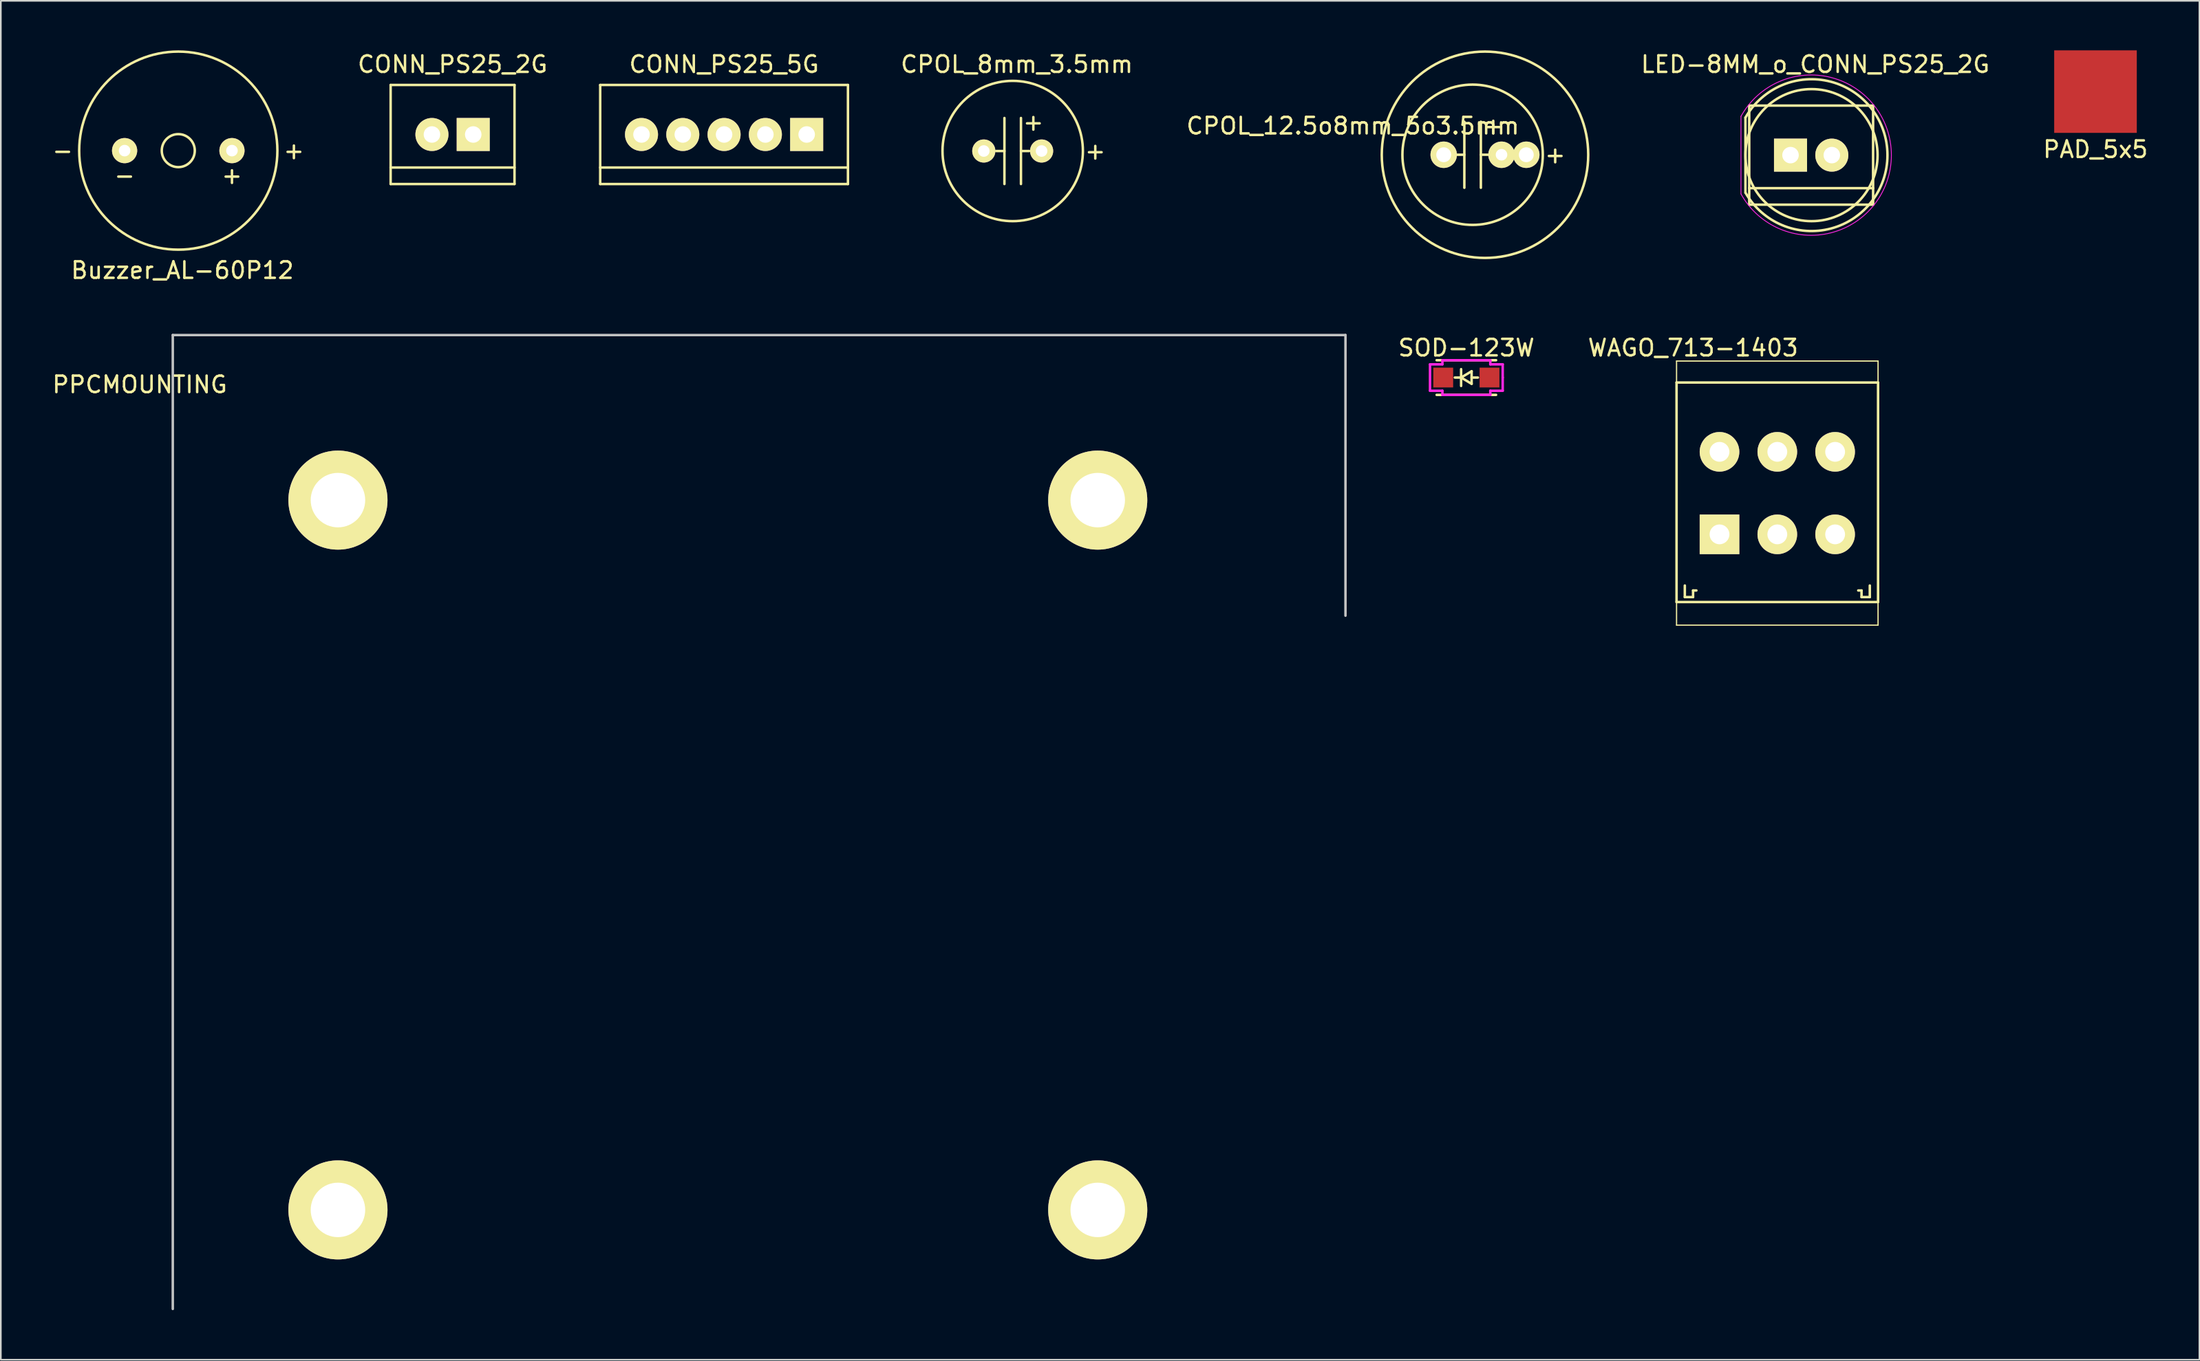
<source format=kicad_pcb>
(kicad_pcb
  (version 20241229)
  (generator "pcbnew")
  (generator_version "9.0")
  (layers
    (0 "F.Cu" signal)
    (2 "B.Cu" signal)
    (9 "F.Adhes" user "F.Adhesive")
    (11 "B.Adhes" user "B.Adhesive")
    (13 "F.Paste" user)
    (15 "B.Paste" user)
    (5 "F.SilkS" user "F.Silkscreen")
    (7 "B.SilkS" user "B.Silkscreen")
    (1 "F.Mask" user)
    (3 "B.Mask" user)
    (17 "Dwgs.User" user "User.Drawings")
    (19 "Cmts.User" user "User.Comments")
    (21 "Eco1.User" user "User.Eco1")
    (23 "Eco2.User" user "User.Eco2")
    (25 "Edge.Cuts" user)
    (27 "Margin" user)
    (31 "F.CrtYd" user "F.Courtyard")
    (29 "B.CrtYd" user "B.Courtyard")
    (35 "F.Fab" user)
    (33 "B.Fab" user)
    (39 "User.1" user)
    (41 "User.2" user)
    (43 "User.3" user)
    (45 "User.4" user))
  (footprint "CPOL_8mm_3.5mm"
    (layer "F.Cu")
    (at 58.263 6.098)
    (property "Reference" "CPOL_8mm_3.5mm" (at 0.25 -5.25 0) (layer "F.SilkS") (effects (font (size 1 1) (thickness 0.15))))
    (attr through_hole)
    (fp_line (start -0.5 -2) (end -0.5 2) (stroke (width 0.15) (type solid)) (layer "F.SilkS"))
    (fp_line (start -0.5 0) (end -1 0) (stroke (width 0.15) (type solid)) (layer "F.SilkS"))
    (fp_line (start 0.5 0) (end 1 0) (stroke (width 0.15) (type solid)) (layer "F.SilkS"))
    (fp_line (start 0.5 2) (end 0.5 -2) (stroke (width 0.15) (type solid)) (layer "F.SilkS"))
    (fp_circle (center 0 0) (end 4.25 0) (stroke (width 0.15) (type solid)) (fill no) (layer "F.SilkS"))
    (fp_text user "+" (at 5 0 0) (layer "F.SilkS") (effects (font (size 1 1) (thickness 0.15))))
    (fp_text user "+" (at 1.25 -1.75 0) (layer "F.SilkS") (effects (font (size 1 1) (thickness 0.15))))
    (pad "1" thru_hole circle (at 1.75 0) (size 1.4 1.4) (drill 0.7) (layers "*.Cu" "*.Mask" "F.SilkS"))
    (pad "2" thru_hole circle (at -1.75 0) (size 1.4 1.4) (drill 0.7) (layers "*.Cu" "*.Mask" "F.SilkS")))
  (footprint "CONN_PS25_5G"
    (layer "F.Cu")
    (at 40.789 5.098)
    (property "Reference" "CONN_PS25_5G" (at 0 -4.25 0) (layer "F.SilkS") (effects (font (size 1 1) (thickness 0.15))))
    (attr through_hole)
    (fp_line (start -7.5 -3) (end -7.5 3) (stroke (width 0.15) (type solid)) (layer "F.SilkS"))
    (fp_line (start 7.5 -3) (end -7.5 -3) (stroke (width 0.15) (type solid)) (layer "F.SilkS"))
    (fp_line (start 7.5 2) (end -7.5 2) (stroke (width 0.15) (type solid)) (layer "F.SilkS"))
    (fp_line (start 7.5 3) (end -7.5 3) (stroke (width 0.15) (type solid)) (layer "F.SilkS"))
    (fp_line (start 7.5 3) (end 7.5 -3) (stroke (width 0.15) (type solid)) (layer "F.SilkS"))
    (pad "1" thru_hole rect (at 5 0) (size 2 2) (drill 1) (layers "*.Cu" "*.Mask" "F.SilkS"))
    (pad "2" thru_hole circle (at 2.5 0) (size 2 2) (drill 1) (layers "*.Cu" "*.Mask" "F.SilkS"))
    (pad "3" thru_hole circle (at 0 0) (size 2 2) (drill 1) (layers "*.Cu" "*.Mask" "F.SilkS"))
    (pad "4" thru_hole circle (at -2.5 0) (size 2 2) (drill 1) (layers "*.Cu" "*.Mask" "F.SilkS"))
    (pad "5" thru_hole circle (at -5 0) (size 2 2) (drill 1) (layers "*.Cu" "*.Mask" "F.SilkS")))
  (footprint "PPCMOUNTING"
    (layer "F.Cu")
    (at 17.411 70.248)
    (property "Reference" "PPCMOUNTING" (at -12 -50 0) (layer "F.SilkS") (effects (font (size 1 1) (thickness 0.15))))
    (attr through_hole)
    (fp_line (start -10 -53) (end 61 -53) (stroke (width 0.15) (type solid)) (layer "Dwgs.User"))
    (fp_line (start -10 6) (end -10 -53) (stroke (width 0.15) (type solid)) (layer "Dwgs.User"))
    (fp_line (start 61 -53) (end 61 -36) (stroke (width 0.15) (type solid)) (layer "Dwgs.User"))
    (pad "1" thru_hole circle (at 0 0) (size 6 6) (drill 3.3) (layers "*.Cu" "*.Mask" "F.SilkS"))
    (pad "2" thru_hole circle (at 0 -43) (size 6 6) (drill 3.3) (layers "*.Cu" "*.Mask" "F.SilkS"))
    (pad "3" thru_hole circle (at 46 0) (size 6 6) (drill 3.3) (layers "*.Cu" "*.Mask" "F.SilkS"))
    (pad "4" thru_hole circle (at 46 -43) (size 6 6) (drill 3.3) (layers "*.Cu" "*.Mask" "F.SilkS")))
  (footprint "PAD_5x5"
    (layer "F.Cu")
    (at 123.82 2.5)
    (property "Reference" "PAD_5x5" (at 0 3.5 0) (layer "F.SilkS") (effects (font (size 1 1) (thickness 0.15))))
    (attr through_hole)
    (pad "1" smd rect (at 0 0) (size 5 5) (layers "F.Cu" "F.Mask" "F.Paste")))
  (footprint "WAGO_713-1403"
    (layer "F.Cu")
    (at 101.056 29.322)
    (property "Reference" "WAGO_713-1403" (at -1.6 -11.3 0) (layer "F.SilkS") (effects (font (size 1 1) (thickness 0.15))))
    (attr through_hole)
    (fp_line (start -2.6 -10.5) (end -2.6 -9.2) (stroke (width 0.075) (type solid)) (layer "F.SilkS"))
    (fp_line (start -2.6 -10.5) (end 9.6 -10.5) (stroke (width 0.075) (type solid)) (layer "F.SilkS"))
    (fp_line (start -2.6 -9.2) (end 9.6 -9.2) (stroke (width 0.15) (type solid)) (layer "F.SilkS"))
    (fp_line (start -2.6 4.1) (end -2.6 -9.2) (stroke (width 0.15) (type solid)) (layer "F.SilkS"))
    (fp_line (start -2.6 4.1) (end -2.6 5.5) (stroke (width 0.075) (type solid)) (layer "F.SilkS"))
    (fp_line (start -2.6 4.1) (end 9.6 4.1) (stroke (width 0.15) (type solid)) (layer "F.SilkS"))
    (fp_line (start -2.6 5.5) (end 9.6 5.5) (stroke (width 0.075) (type solid)) (layer "F.SilkS"))
    (fp_line (start -2.1 3.1) (end -2.1 3.8) (stroke (width 0.15) (type solid)) (layer "F.SilkS"))
    (fp_line (start -2.1 3.8) (end -1.6 3.8) (stroke (width 0.15) (type solid)) (layer "F.SilkS"))
    (fp_line (start -1.6 3.4) (end -1.4 3.4) (stroke (width 0.15) (type solid)) (layer "F.SilkS"))
    (fp_line (start -1.6 3.8) (end -1.6 3.4) (stroke (width 0.15) (type solid)) (layer "F.SilkS"))
    (fp_line (start 8.6 3.4) (end 8.4 3.4) (stroke (width 0.15) (type solid)) (layer "F.SilkS"))
    (fp_line (start 8.6 3.8) (end 8.6 3.4) (stroke (width 0.15) (type solid)) (layer "F.SilkS"))
    (fp_line (start 9.1 3.1) (end 9.1 3.8) (stroke (width 0.15) (type solid)) (layer "F.SilkS"))
    (fp_line (start 9.1 3.8) (end 8.6 3.8) (stroke (width 0.15) (type solid)) (layer "F.SilkS"))
    (fp_line (start 9.6 -10.5) (end 9.6 -9.2) (stroke (width 0.075) (type solid)) (layer "F.SilkS"))
    (fp_line (start 9.6 -9.2) (end 9.6 4.1) (stroke (width 0.15) (type solid)) (layer "F.SilkS"))
    (fp_line (start 9.6 5.5) (end 9.6 4.1) (stroke (width 0.075) (type solid)) (layer "F.SilkS"))
    (pad "1" thru_hole rect (at 0 0) (size 2.4 2.4) (drill 1.2) (layers "*.Cu" "*.Mask" "F.SilkS"))
    (pad "2" thru_hole circle (at 0 -5) (size 2.4 2.4) (drill 1.2) (layers "*.Cu" "*.Mask" "F.SilkS"))
    (pad "3" thru_hole circle (at 3.5 0) (size 2.4 2.4) (drill 1.2) (layers "*.Cu" "*.Mask" "F.SilkS"))
    (pad "4" thru_hole circle (at 3.5 -5) (size 2.4 2.4) (drill 1.2) (layers "*.Cu" "*.Mask" "F.SilkS"))
    (pad "5" thru_hole circle (at 7 0) (size 2.4 2.4) (drill 1.2) (layers "*.Cu" "*.Mask" "F.SilkS"))
    (pad "6" thru_hole circle (at 7 -5) (size 2.4 2.4) (drill 1.2) (layers "*.Cu" "*.Mask" "F.SilkS")))
  (footprint "CONN_PS25_2G"
    (layer "F.Cu")
    (at 24.351 5.098)
    (property "Reference" "CONN_PS25_2G" (at 0 -4.25 0) (layer "F.SilkS") (effects (font (size 1 1) (thickness 0.15))))
    (attr through_hole)
    (fp_line (start -3.75 -3) (end -3.75 3) (stroke (width 0.15) (type solid)) (layer "F.SilkS"))
    (fp_line (start -3.75 2) (end 3.75 2) (stroke (width 0.15) (type solid)) (layer "F.SilkS"))
    (fp_line (start -3.75 3) (end 3.75 3) (stroke (width 0.15) (type solid)) (layer "F.SilkS"))
    (fp_line (start 3.75 -3) (end -3.75 -3) (stroke (width 0.15) (type solid)) (layer "F.SilkS"))
    (fp_line (start 3.75 3) (end 3.75 -3) (stroke (width 0.15) (type solid)) (layer "F.SilkS"))
    (pad "1" thru_hole rect (at 1.25 0) (size 2 2) (drill 1) (layers "*.Cu" "*.Mask" "F.SilkS"))
    (pad "2" thru_hole circle (at -1.25 0) (size 2 2) (drill 1) (layers "*.Cu" "*.Mask" "F.SilkS")))
  (footprint "CPOL_12.5o8mm_5o3.5mm"
    (layer "F.Cu")
    (at 86.108 6.325)
    (property "Reference" "CPOL_12.5o8mm_5o3.5mm" (at -7.25 -1.75 0) (layer "F.SilkS") (effects (font (size 1 1) (thickness 0.15))))
    (attr through_hole)
    (fp_line (start -0.5 -2) (end -0.5 2) (stroke (width 0.15) (type solid)) (layer "F.SilkS"))
    (fp_line (start -0.5 0) (end -1 0) (stroke (width 0.15) (type solid)) (layer "F.SilkS"))
    (fp_line (start 0.5 0) (end 1 0) (stroke (width 0.15) (type solid)) (layer "F.SilkS"))
    (fp_line (start 0.5 2) (end 0.5 -2) (stroke (width 0.15) (type solid)) (layer "F.SilkS"))
    (fp_circle (center 0 0) (end 4.25 0) (stroke (width 0.15) (type solid)) (fill no) (layer "F.SilkS"))
    (fp_circle (center 0.75 0) (end 7 0) (stroke (width 0.15) (type solid)) (fill no) (layer "F.SilkS"))
    (fp_text user "+" (at 1.25 -1.75 0) (layer "F.SilkS") (effects (font (size 1 1) (thickness 0.15))))
    (fp_text user "+" (at 5 0 0) (layer "F.SilkS") (effects (font (size 1 1) (thickness 0.15))))
    (pad "1" thru_hole circle (at 1.75 0) (size 1.6 1.6) (drill 0.7) (layers "*.Cu" "*.Mask" "F.SilkS"))
    (pad "1" thru_hole circle (at 3.25 0) (size 1.6 1.6) (drill 0.9) (layers "*.Cu" "*.Mask" "F.SilkS"))
    (pad "2" thru_hole circle (at -1.75 0) (size 1.6 1.6) (drill 0.9) (layers "*.Cu" "*.Mask" "F.SilkS")))
  (footprint "Buzzer_AL-60P12"
    (layer "F.Cu")
    (at 7.744 6.075)
    (property "Reference" "Buzzer_AL-60P12" (at 0.25 7.25 0) (layer "F.SilkS") (effects (font (size 1 1) (thickness 0.15))))
    (attr through_hole)
    (fp_circle (center 0 0) (end 1 0) (stroke (width 0.15) (type solid)) (fill no) (layer "F.SilkS"))
    (fp_circle (center 0 0) (end 6 0) (stroke (width 0.15) (type solid)) (fill no) (layer "F.SilkS"))
    (fp_text user "-" (at -7 0 0) (layer "F.SilkS") (effects (font (size 1 1) (thickness 0.15))))
    (fp_text user "-" (at -3.25 1.5 0) (layer "F.SilkS") (effects (font (size 1 1) (thickness 0.15))))
    (fp_text user "+" (at 7 0 0) (layer "F.SilkS") (effects (font (size 1 1) (thickness 0.15))))
    (fp_text user "+" (at 3.25 1.5 0) (layer "F.SilkS") (effects (font (size 1 1) (thickness 0.15))))
    (pad "1" thru_hole circle (at 3.25 0) (size 1.524 1.524) (drill 0.7) (layers "*.Cu" "*.Mask" "F.SilkS"))
    (pad "2" thru_hole circle (at -3.25 0) (size 1.524 1.524) (drill 0.7) (layers "*.Cu" "*.Mask" "F.SilkS")))
  (footprint "SOD-123W"
    (layer "F.Cu")
    (at 85.73 19.822)
    (property "Reference" "SOD-123W" (at 0 -1.8 0) (layer "F.SilkS") (effects (font (size 1 1) (thickness 0.15))))
    (attr smd)
    (fp_line (start -1.8 -1.05) (end 1.8 -1.05) (stroke (width 0.15) (type solid)) (layer "F.SilkS"))
    (fp_line (start -1.8 1.05) (end 1.8 1.05) (stroke (width 0.15) (type solid)) (layer "F.SilkS"))
    (fp_line (start -0.699 0) (end -0.318 0) (stroke (width 0.15) (type solid)) (layer "F.SilkS"))
    (fp_line (start -0.318 -0.508) (end -0.318 0.508) (stroke (width 0.15) (type solid)) (layer "F.SilkS"))
    (fp_line (start -0.318 0) (end 0.318 -0.381) (stroke (width 0.15) (type solid)) (layer "F.SilkS"))
    (fp_line (start 0.318 -0.381) (end 0.318 0.381) (stroke (width 0.15) (type solid)) (layer "F.SilkS"))
    (fp_line (start 0.318 0) (end 0.699 0) (stroke (width 0.15) (type solid)) (layer "F.SilkS"))
    (fp_line (start 0.318 0.381) (end -0.318 0) (stroke (width 0.15) (type solid)) (layer "F.SilkS"))
    (fp_line (start -2.2 -0.8) (end -2.2 0.8) (stroke (width 0.15) (type solid)) (layer "F.CrtYd"))
    (fp_line (start -2.2 0.8) (end -1.45 0.8) (stroke (width 0.15) (type solid)) (layer "F.CrtYd"))
    (fp_line (start -1.45 -1.05) (end -1.45 -0.8) (stroke (width 0.15) (type solid)) (layer "F.CrtYd"))
    (fp_line (start -1.45 -0.8) (end -2.2 -0.8) (stroke (width 0.15) (type solid)) (layer "F.CrtYd"))
    (fp_line (start -1.45 0.8) (end -1.45 1.05) (stroke (width 0.15) (type solid)) (layer "F.CrtYd"))
    (fp_line (start -1.45 1.05) (end 1.45 1.05) (stroke (width 0.15) (type solid)) (layer "F.CrtYd"))
    (fp_line (start 1.45 -1.05) (end -1.45 -1.05) (stroke (width 0.15) (type solid)) (layer "F.CrtYd"))
    (fp_line (start 1.45 -0.8) (end 1.45 -1.05) (stroke (width 0.15) (type solid)) (layer "F.CrtYd"))
    (fp_line (start 1.45 0.8) (end 2.2 0.8) (stroke (width 0.15) (type solid)) (layer "F.CrtYd"))
    (fp_line (start 1.45 1.05) (end 1.45 0.8) (stroke (width 0.15) (type solid)) (layer "F.CrtYd"))
    (fp_line (start 2.2 -0.8) (end 1.45 -0.8) (stroke (width 0.15) (type solid)) (layer "F.CrtYd"))
    (fp_line (start 2.2 0) (end 2.2 -0.8) (stroke (width 0.15) (type solid)) (layer "F.CrtYd"))
    (fp_line (start 2.2 0.8) (end 2.2 0) (stroke (width 0.15) (type solid)) (layer "F.CrtYd"))
    (pad "1" smd rect (at -1.4 0) (size 1.2 1.2) (layers "F.Cu" "F.Mask" "F.Paste"))
    (pad "2" smd rect (at 1.4 0) (size 1.2 1.2) (layers "F.Cu" "F.Mask" "F.Paste")))
  (footprint "LED-8MM_o_CONN_PS25_2G"
    (layer "F.Cu")
    (at 106.606 6.348)
    (property "Reference" "LED-8MM_o_CONN_PS25_2G" (at 0.25 -5.5 0) (layer "F.SilkS") (effects (font (size 1 1) (thickness 0.15))))
    (attr through_hole)
    (fp_line (start -3.98 -2.27) (end -3.98 2.27) (stroke (width 0.15) (type solid)) (layer "F.SilkS"))
    (fp_line (start -3.75 -3) (end -3.75 3) (stroke (width 0.15) (type solid)) (layer "F.SilkS"))
    (fp_line (start -3.75 2) (end 3.75 2) (stroke (width 0.15) (type solid)) (layer "F.SilkS"))
    (fp_line (start -3.75 3) (end 3.75 3) (stroke (width 0.15) (type solid)) (layer "F.SilkS"))
    (fp_line (start 3.75 -3) (end -3.75 -3) (stroke (width 0.15) (type solid)) (layer "F.SilkS"))
    (fp_line (start 3.75 3) (end 3.75 -3) (stroke (width 0.15) (type solid)) (layer "F.SilkS"))
    (fp_arc (start -3.98 -2.27) (mid 4.619224 -0.006028) (end -3.974036 2.280477) (stroke (width 0.15) (type solid)) (layer "F.SilkS"))
    (fp_circle (center 0.02 0) (end 0.02 4) (stroke (width 0.15) (type solid)) (fill no) (layer "F.SilkS"))
    (fp_line (start -4.25 -2.35) (end -4.25 2.35) (stroke (width 0.05) (type solid)) (layer "F.CrtYd"))
    (fp_arc (start -4.25 -2.35) (mid 4.856436 -0.005084) (end -4.24507 2.358894) (stroke (width 0.05) (type solid)) (layer "F.CrtYd"))
    (pad "1" thru_hole rect (at -1.25 0 180) (size 2 2) (drill 1) (layers "*.Cu" "*.Mask" "F.SilkS"))
    (pad "2" thru_hole circle (at 1.25 0 180) (size 2 2) (drill 1) (layers "*.Cu" "*.Mask" "F.SilkS")))
  (gr_rect
    (start -3 -3)
    (end 130.112 79.323)
    (stroke (width 0.1) (type default))
    (fill no)
    (layer "Edge.Cuts")))
</source>
